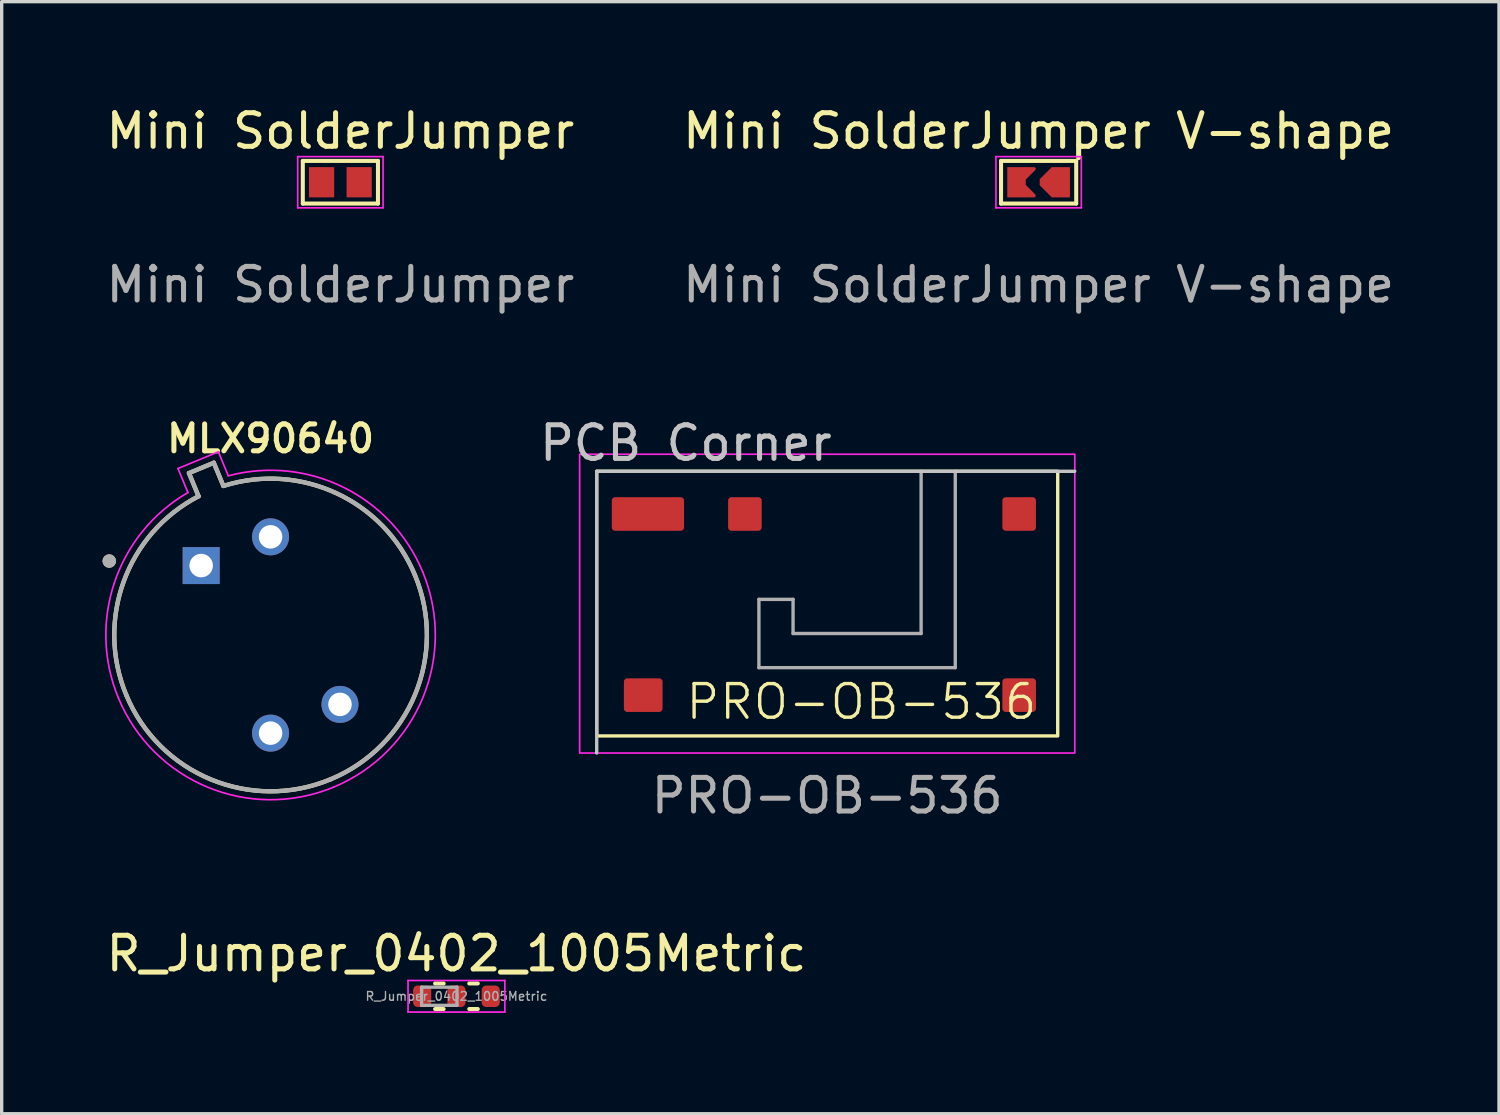
<source format=kicad_pcb>
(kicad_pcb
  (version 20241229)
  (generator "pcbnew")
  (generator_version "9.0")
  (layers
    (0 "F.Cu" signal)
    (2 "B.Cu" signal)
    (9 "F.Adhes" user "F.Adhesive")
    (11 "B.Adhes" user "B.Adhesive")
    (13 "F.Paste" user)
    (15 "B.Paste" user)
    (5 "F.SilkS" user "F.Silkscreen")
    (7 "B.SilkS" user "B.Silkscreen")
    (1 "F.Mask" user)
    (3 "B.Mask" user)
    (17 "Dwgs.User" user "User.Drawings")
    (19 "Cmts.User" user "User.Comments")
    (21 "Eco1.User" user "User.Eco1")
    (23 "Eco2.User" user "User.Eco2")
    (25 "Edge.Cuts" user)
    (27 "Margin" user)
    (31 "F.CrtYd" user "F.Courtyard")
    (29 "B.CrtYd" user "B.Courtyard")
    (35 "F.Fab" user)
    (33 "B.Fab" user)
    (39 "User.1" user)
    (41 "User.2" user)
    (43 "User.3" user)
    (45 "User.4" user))
  (footprint "PRO-OB-536"
    (layer "F.Cu")
    (at 16.227 12.242)
    (property "Reference" "PRO-OB-536" (at 6.35 5.588 0) (unlocked yes) (layer "F.SilkS") (effects (font (size 1 1) (thickness 0.1))))
    (attr smd)
    (fp_rect (start -1.524 -1.27) (end 12.192 6.604) (stroke (width 0.1) (type default)) (fill no) (layer "F.SilkS"))
    (fp_line (start -1.524 -1.27) (end -1.524 7.112) (stroke (width 0.1) (type default)) (layer "Dwgs.User"))
    (fp_line (start -1.524 -1.27) (end 12.7 -1.27) (stroke (width 0.1) (type default)) (layer "Dwgs.User"))
    (fp_rect (start -2.032 -1.778) (end 12.7 7.112) (stroke (width 0.05) (type default)) (fill no) (layer "F.CrtYd"))
    (fp_line (start 3.302 2.54) (end 4.318 2.54) (stroke (width 0.1) (type default)) (layer "F.Fab"))
    (fp_line (start 3.302 4.572) (end 3.302 2.54) (stroke (width 0.1) (type default)) (layer "F.Fab"))
    (fp_line (start 3.302 4.572) (end 9.144 4.572) (stroke (width 0.1) (type default)) (layer "F.Fab"))
    (fp_line (start 4.318 2.54) (end 4.318 3.556) (stroke (width 0.1) (type default)) (layer "F.Fab"))
    (fp_line (start 4.318 3.556) (end 8.128 3.556) (stroke (width 0.1) (type default)) (layer "F.Fab"))
    (fp_line (start 8.128 3.556) (end 8.128 -1.27) (stroke (width 0.1) (type default)) (layer "F.Fab"))
    (fp_line (start 9.144 4.572) (end 9.144 -1.27) (stroke (width 0.1) (type default)) (layer "F.Fab"))
    (fp_text user "PCB Corner" (at -3.302 -1.524 0) (unlocked yes) (layer "Dwgs.User") (effects (font (size 1 1) (thickness 0.15)) (justify left bottom)))
    (fp_text user "${REFERENCE}" (at 5.334 8.382 0) (unlocked yes) (layer "F.Fab") (effects (font (size 1 1) (thickness 0.15))))
    (pad "1" smd roundrect (at 2.885 0) (size 1 1) (layers "F.Cu" "F.Mask" "F.Paste") (roundrect_rratio 0.1))
    (pad "2" smd roundrect (at 0 0) (size 2.15 1) (layers "F.Cu" "F.Mask" "F.Paste") (roundrect_rratio 0.1))
    (pad "3" smd roundrect (at -0.14 5.39) (size 1.15 1) (layers "F.Cu" "F.Mask" "F.Paste") (roundrect_rratio 0.1))
    (pad "3" smd roundrect (at 11.045 0) (size 1 1) (layers "F.Cu" "F.Mask" "F.Paste") (roundrect_rratio 0.1))
    (pad "3" smd roundrect (at 11.045 5.39) (size 1 1) (layers "F.Cu" "F.Mask" "F.Paste") (roundrect_rratio 0.1)))
  (footprint "MLX90640"
    (layer "F.Cu")
    (at 5 15.842)
    (property "Reference" "MLX90640" (at 0 -5.842 0) (layer "F.SilkS") (effects (font (size 0.8 0.8) (thickness 0.15))))
    (attr through_hole)
    (fp_line (start -2.428 -4.817) (end -2.143 -4.128) (stroke (width 0.127) (type solid)) (layer "F.SilkS"))
    (fp_line (start -1.689 -5.124) (end -2.428 -4.817) (stroke (width 0.127) (type solid)) (layer "F.SilkS"))
    (fp_line (start -1.404 -4.434) (end -1.689 -5.124) (stroke (width 0.127) (type solid)) (layer "F.SilkS"))
    (fp_arc (start -4.29604 1.77947) (mid -4.368722 -1.593093) (end -2.14271 -4.127721) (stroke (width 0.127) (type solid)) (layer "F.SilkS"))
    (fp_arc (start -1.40361 -4.43387) (mid 1.962729 -4.215754) (end 4.29604 -1.779471) (stroke (width 0.127) (type solid)) (layer "F.SilkS"))
    (fp_arc (start 1.77947 4.29604) (mid -1.779484 4.296034) (end -4.29604 1.77947) (stroke (width 0.127) (type solid)) (layer "F.SilkS"))
    (fp_arc (start 4.29604 -1.77947) (mid 4.296034 1.779484) (end 1.77947 4.29604) (stroke (width 0.127) (type solid)) (layer "F.SilkS"))
    (fp_circle (center -4.8 -2.2) (end -4.7 -2.2) (stroke (width 0.2) (type solid)) (fill no) (layer "F.SilkS"))
    (fp_line (start -2.755 -4.953) (end -2.459 -4.238) (stroke (width 0.05) (type solid)) (layer "F.CrtYd"))
    (fp_line (start -1.554 -5.45) (end -2.755 -4.953) (stroke (width 0.05) (type solid)) (layer "F.CrtYd"))
    (fp_line (start -1.258 -4.736) (end -1.554 -5.45) (stroke (width 0.05) (type solid)) (layer "F.CrtYd"))
    (fp_arc (start -4.52701 1.87515) (mid -4.641766 -1.570066) (end -2.45902 -4.23808) (stroke (width 0.05) (type solid)) (layer "F.CrtYd"))
    (fp_arc (start -1.25798 -4.73556) (mid 2.172007 -4.392397) (end 4.52701 -1.87515) (stroke (width 0.05) (type solid)) (layer "F.CrtYd"))
    (fp_arc (start 1.87515 4.52701) (mid -1.875148 4.527011) (end -4.52701 1.87515) (stroke (width 0.05) (type solid)) (layer "F.CrtYd"))
    (fp_arc (start 4.52701 -1.87515) (mid 4.527011 1.875148) (end 1.87515 4.52701) (stroke (width 0.05) (type solid)) (layer "F.CrtYd"))
    (fp_line (start -2.428 -4.817) (end -2.143 -4.128) (stroke (width 0.127) (type solid)) (layer "F.Fab"))
    (fp_line (start -1.689 -5.124) (end -2.428 -4.817) (stroke (width 0.127) (type solid)) (layer "F.Fab"))
    (fp_line (start -1.404 -4.434) (end -1.689 -5.124) (stroke (width 0.127) (type solid)) (layer "F.Fab"))
    (fp_arc (start -4.29604 1.77947) (mid -4.368722 -1.593093) (end -2.14271 -4.127721) (stroke (width 0.127) (type solid)) (layer "F.Fab"))
    (fp_arc (start -1.40361 -4.43387) (mid 1.962729 -4.215754) (end 4.29604 -1.779471) (stroke (width 0.127) (type solid)) (layer "F.Fab"))
    (fp_arc (start 1.77947 4.29604) (mid -1.779484 4.296034) (end -4.29604 1.77947) (stroke (width 0.127) (type solid)) (layer "F.Fab"))
    (fp_arc (start 4.29604 -1.77947) (mid 4.296034 1.779484) (end 1.77947 4.29604) (stroke (width 0.127) (type solid)) (layer "F.Fab"))
    (fp_circle (center -4.8 -2.2) (end -4.7 -2.2) (stroke (width 0.2) (type solid)) (fill no) (layer "F.Fab"))
    (pad "1" thru_hole rect (at -2.065 -2.065) (size 1.1 1.1) (drill 0.7) (layers "*.Cu" "*.Mask"))
    (pad "2" thru_hole circle (at 0 2.92) (size 1.1 1.1) (drill 0.7) (layers "*.Cu" "*.Mask"))
    (pad "3" thru_hole circle (at 2.065 2.065) (size 1.1 1.1) (drill 0.7) (layers "*.Cu" "*.Mask"))
    (pad "4" thru_hole circle (at 0 -2.92) (size 1.1 1.1) (drill 0.7) (layers "*.Cu" "*.Mask")))
  (footprint "R_Jumper_0402_1005Metric"
    (layer "F.Cu")
    (at 10.53 26.591)
    (property "Reference" "R_Jumper_0402_1005Metric" (at 0 -1.27 0) (layer "F.SilkS") (effects (font (size 1 1) (thickness 0.15))))
    (attr smd)
    (fp_line (start -0.635 -0.38) (end -0.381 -0.38) (stroke (width 0.12) (type solid)) (layer "F.SilkS"))
    (fp_line (start -0.635 0.38) (end -0.381 0.38) (stroke (width 0.12) (type solid)) (layer "F.SilkS"))
    (fp_line (start 0.381 -0.381) (end 0.635 -0.381) (stroke (width 0.12) (type solid)) (layer "F.SilkS"))
    (fp_line (start 0.381 0.379) (end 0.635 0.379) (stroke (width 0.12) (type solid)) (layer "F.SilkS"))
    (fp_line (start -1.44 -0.47) (end 1.44 -0.47) (stroke (width 0.05) (type solid)) (layer "F.CrtYd"))
    (fp_line (start -1.44 0.47) (end -1.44 -0.47) (stroke (width 0.05) (type solid)) (layer "F.CrtYd"))
    (fp_line (start 1.44 -0.47) (end 1.44 0.47) (stroke (width 0.05) (type solid)) (layer "F.CrtYd"))
    (fp_line (start 1.44 0.47) (end -1.44 0.47) (stroke (width 0.05) (type solid)) (layer "F.CrtYd"))
    (fp_line (start -1.035 -0.27) (end 0.015 -0.27) (stroke (width 0.1) (type solid)) (layer "F.Fab"))
    (fp_line (start -1.035 0.27) (end -1.035 -0.27) (stroke (width 0.1) (type solid)) (layer "F.Fab"))
    (fp_line (start 0.015 -0.27) (end 0.015 0.27) (stroke (width 0.1) (type solid)) (layer "F.Fab"))
    (fp_line (start 0.015 0.27) (end -1.035 0.27) (stroke (width 0.1) (type solid)) (layer "F.Fab"))
    (fp_text user "${REFERENCE}" (at 0 0 0) (layer "F.Fab") (effects (font (size 0.26 0.26) (thickness 0.04))))
    (pad "1" smd roundrect (at -1.02 0) (size 0.54 0.64) (layers "F.Cu" "F.Mask" "F.Paste") (roundrect_rratio 0.25))
    (pad "2" smd roundrect (at 0 0) (size 0.54 0.64) (layers "F.Cu" "F.Mask" "F.Paste") (roundrect_rratio 0.25))
    (pad "3" smd roundrect (at 1.02 0) (size 0.54 0.64) (layers "F.Cu" "F.Mask" "F.Paste") (roundrect_rratio 0.25)))
  (footprint "Mini SolderJumper V-shape"
    (layer "F.Cu")
    (at 27.851 2.372)
    (property "Reference" "Mini SolderJumper V-shape" (at 0 -1.524 0) (unlocked yes) (layer "F.SilkS") (effects (font (size 1 1) (thickness 0.15))))
    (attr smd)
    (fp_line (start -1.118 -0.635) (end 1.118 -0.635) (stroke (width 0.12) (type solid)) (layer "F.SilkS"))
    (fp_line (start -1.118 0.635) (end -1.118 -0.635) (stroke (width 0.12) (type solid)) (layer "F.SilkS"))
    (fp_line (start 1.118 -0.635) (end 1.118 0.635) (stroke (width 0.12) (type solid)) (layer "F.SilkS"))
    (fp_line (start 1.118 0.635) (end -1.118 0.635) (stroke (width 0.12) (type solid)) (layer "F.SilkS"))
    (fp_line (start -1.27 -0.762) (end -1.27 0.762) (stroke (width 0.05) (type solid)) (layer "F.CrtYd"))
    (fp_line (start -1.27 -0.762) (end 1.27 -0.762) (stroke (width 0.05) (type solid)) (layer "F.CrtYd"))
    (fp_line (start 1.27 0.762) (end -1.27 0.762) (stroke (width 0.05) (type solid)) (layer "F.CrtYd"))
    (fp_line (start 1.27 0.762) (end 1.27 -0.762) (stroke (width 0.05) (type solid)) (layer "F.CrtYd"))
    (fp_text user "${REFERENCE}" (at 0 3.048 0) (unlocked yes) (layer "F.Fab") (effects (font (size 1 1) (thickness 0.15))))
    (pad "1" smd custom (at -0.683 0) (size 0.5 0.9) (layers "F.Cu" "F.Mask") (options (anchor rect)) (primitives (gr_poly (pts (xy 0.1 0.4) (xy 0.55 0.4) (xy 0.25 0.1) (xy 0.25 -0.1) (xy 0.55 -0.4) (xy 0.1 -0.4)) (width 0.1) (fill yes))))
    (pad "2" smd roundrect (at 0.482 0) (size 0.9 0.9) (layers "F.Cu" "F.Mask") (roundrect_rratio 0) (chamfer_ratio 0.4) (chamfer top_left bottom_left)))
  (footprint "Mini SolderJumper"
    (layer "F.Cu")
    (at 7.077 2.372)
    (property "Reference" "Mini SolderJumper" (at 0 -1.524 0) (unlocked yes) (layer "F.SilkS") (effects (font (size 1 1) (thickness 0.15))))
    (attr smd)
    (fp_line (start -1.118 -0.635) (end 1.118 -0.635) (stroke (width 0.12) (type solid)) (layer "F.SilkS"))
    (fp_line (start -1.118 0.635) (end -1.118 -0.635) (stroke (width 0.12) (type solid)) (layer "F.SilkS"))
    (fp_line (start 1.118 -0.635) (end 1.118 0.635) (stroke (width 0.12) (type solid)) (layer "F.SilkS"))
    (fp_line (start 1.118 0.635) (end -1.118 0.635) (stroke (width 0.12) (type solid)) (layer "F.SilkS"))
    (fp_line (start -1.27 -0.762) (end -1.27 0.762) (stroke (width 0.05) (type solid)) (layer "F.CrtYd"))
    (fp_line (start -1.27 -0.762) (end 1.27 -0.762) (stroke (width 0.05) (type solid)) (layer "F.CrtYd"))
    (fp_line (start 1.27 0.762) (end -1.27 0.762) (stroke (width 0.05) (type solid)) (layer "F.CrtYd"))
    (fp_line (start 1.27 0.762) (end 1.27 -0.762) (stroke (width 0.05) (type solid)) (layer "F.CrtYd"))
    (fp_text user "${REFERENCE}" (at 0 3.048 0) (unlocked yes) (layer "F.Fab") (effects (font (size 1 1) (thickness 0.15))))
    (pad "1" smd rect (at -0.559 0) (size 0.75 0.9) (layers "F.Cu" "F.Mask"))
    (pad "2" smd rect (at 0.559 0) (size 0.75 0.9) (layers "F.Cu" "F.Mask")))
  (gr_rect
    (start -3 -3)
    (end 41.548 30.086)
    (stroke (width 0.1) (type default))
    (fill no)
    (layer "Edge.Cuts")))
</source>
